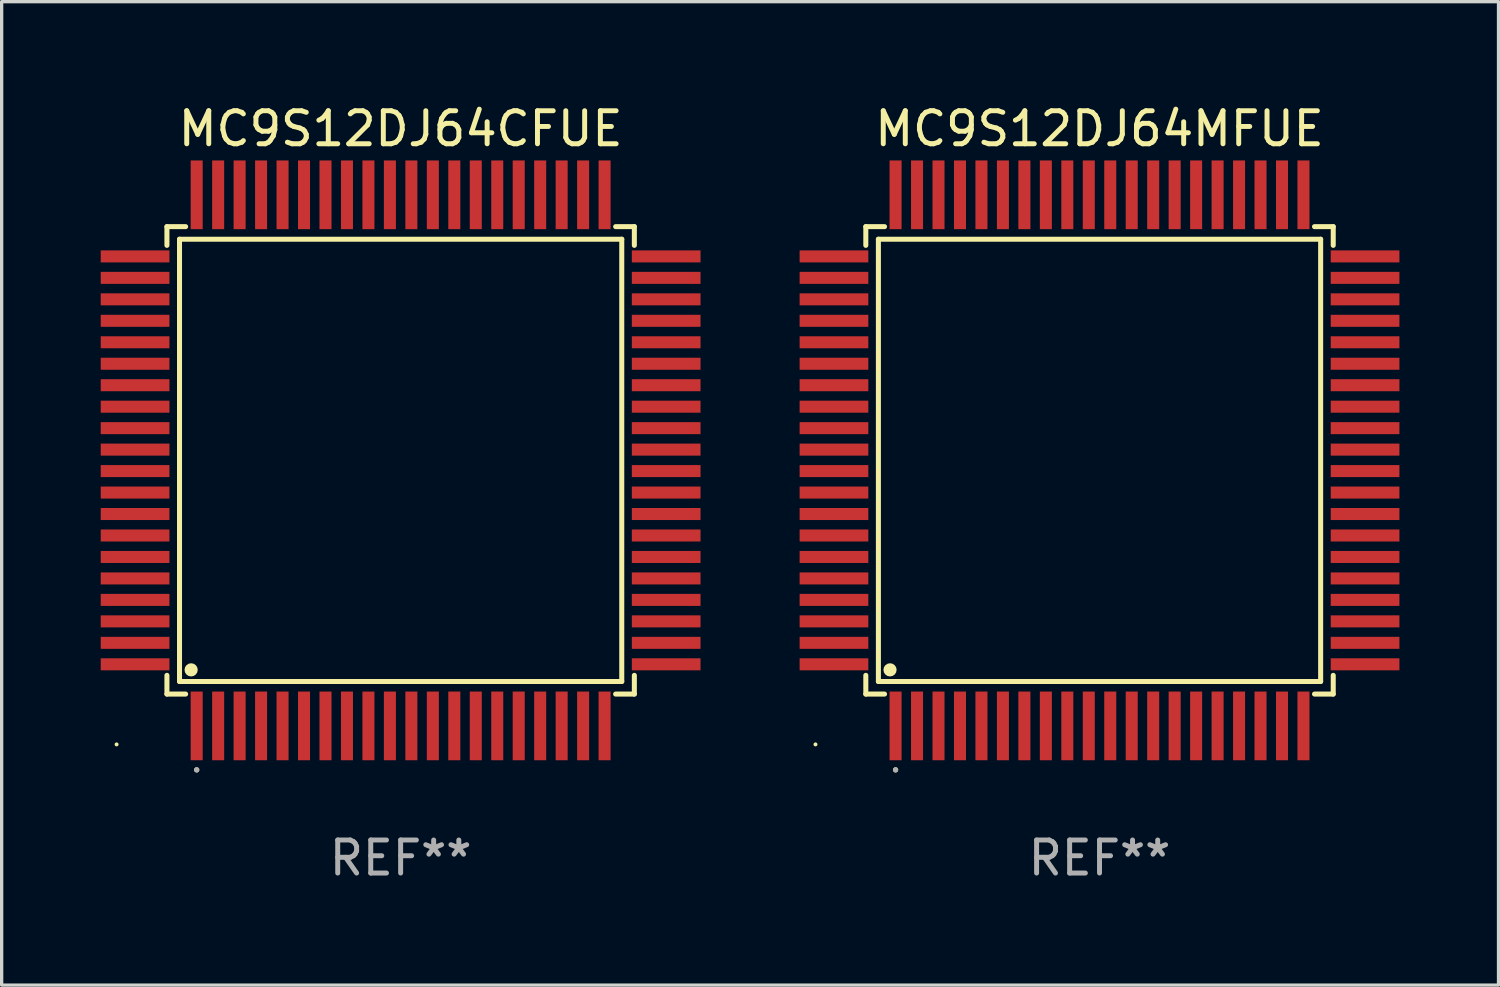
<source format=kicad_pcb>
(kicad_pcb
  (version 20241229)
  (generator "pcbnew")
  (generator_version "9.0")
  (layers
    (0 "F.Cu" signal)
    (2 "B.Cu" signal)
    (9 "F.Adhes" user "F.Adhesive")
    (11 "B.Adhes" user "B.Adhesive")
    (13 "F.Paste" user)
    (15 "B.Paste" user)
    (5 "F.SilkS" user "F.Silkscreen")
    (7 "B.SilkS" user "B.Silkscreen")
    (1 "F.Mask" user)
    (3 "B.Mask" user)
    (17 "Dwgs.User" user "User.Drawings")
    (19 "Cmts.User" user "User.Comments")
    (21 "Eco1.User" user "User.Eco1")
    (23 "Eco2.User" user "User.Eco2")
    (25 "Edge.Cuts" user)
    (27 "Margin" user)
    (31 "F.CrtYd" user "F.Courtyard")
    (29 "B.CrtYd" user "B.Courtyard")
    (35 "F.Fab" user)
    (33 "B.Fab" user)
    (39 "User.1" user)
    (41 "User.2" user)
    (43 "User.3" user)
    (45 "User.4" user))
  (footprint "MC9S12DJ64MFUE"
    (layer "F.Cu")
    (at 30.24 10.888)
    (property "Reference" "MC9S12DJ64MFUE" (at 0 -10.04 0) (layer "F.SilkS") (effects (font (size 1 1) (thickness 0.15))))
    (attr through_hole)
    (fp_line (start -7.076 -7.076) (end -7.076 -6.509) (stroke (width 0.152) (type solid)) (layer "F.SilkS"))
    (fp_line (start -7.076 7.076) (end -7.076 6.509) (stroke (width 0.152) (type solid)) (layer "F.SilkS"))
    (fp_line (start -6.695 -6.695) (end 6.695 -6.695) (stroke (width 0.152) (type solid)) (layer "F.SilkS"))
    (fp_line (start -6.695 6.695) (end -6.695 -6.695) (stroke (width 0.152) (type solid)) (layer "F.SilkS"))
    (fp_line (start -6.509 -7.076) (end -7.076 -7.076) (stroke (width 0.152) (type solid)) (layer "F.SilkS"))
    (fp_line (start -6.509 7.076) (end -7.076 7.076) (stroke (width 0.152) (type solid)) (layer "F.SilkS"))
    (fp_line (start 6.509 -7.076) (end 7.076 -7.076) (stroke (width 0.152) (type solid)) (layer "F.SilkS"))
    (fp_line (start 6.509 7.076) (end 7.076 7.076) (stroke (width 0.152) (type solid)) (layer "F.SilkS"))
    (fp_line (start 6.695 -6.695) (end 6.695 6.695) (stroke (width 0.152) (type solid)) (layer "F.SilkS"))
    (fp_line (start 6.695 6.695) (end -6.695 6.695) (stroke (width 0.152) (type solid)) (layer "F.SilkS"))
    (fp_line (start 7.076 -7.076) (end 7.076 -6.509) (stroke (width 0.152) (type solid)) (layer "F.SilkS"))
    (fp_line (start 7.076 7.076) (end 7.076 6.509) (stroke (width 0.152) (type solid)) (layer "F.SilkS"))
    (fp_circle (center -8.6 8.6) (end -8.57 8.6) (stroke (width 0.06) (type solid)) (fill no) (layer "F.SilkS"))
    (fp_circle (center -6.343 6.343) (end -6.243 6.343) (stroke (width 0.2) (type solid)) (fill no) (layer "F.SilkS"))
    (fp_circle (center -6.175 9.371) (end -6.135 9.371) (stroke (width 0.08) (type solid)) (fill no) (layer "F.SilkS"))
    (fp_circle (center -6.175 9.371) (end -6.135 9.371) (stroke (width 0.08) (type solid)) (fill no) (layer "F.Fab"))
    (fp_text user "REF**" (at 0 12.04 0) (layer "F.Fab") (effects (font (size 1 1) (thickness 0.15))))
    (pad "1" smd rect (at -6.175 8.04) (size 0.364 2.08) (layers "F.Cu" "F.Mask" "F.Paste"))
    (pad "2" smd rect (at -5.525 8.04) (size 0.364 2.08) (layers "F.Cu" "F.Mask" "F.Paste"))
    (pad "3" smd rect (at -4.875 8.04) (size 0.364 2.08) (layers "F.Cu" "F.Mask" "F.Paste"))
    (pad "4" smd rect (at -4.225 8.04) (size 0.364 2.08) (layers "F.Cu" "F.Mask" "F.Paste"))
    (pad "5" smd rect (at -3.575 8.04) (size 0.364 2.08) (layers "F.Cu" "F.Mask" "F.Paste"))
    (pad "6" smd rect (at -2.925 8.04) (size 0.364 2.08) (layers "F.Cu" "F.Mask" "F.Paste"))
    (pad "7" smd rect (at -2.275 8.04) (size 0.364 2.08) (layers "F.Cu" "F.Mask" "F.Paste"))
    (pad "8" smd rect (at -1.625 8.04) (size 0.364 2.08) (layers "F.Cu" "F.Mask" "F.Paste"))
    (pad "9" smd rect (at -0.975 8.04) (size 0.364 2.08) (layers "F.Cu" "F.Mask" "F.Paste"))
    (pad "10" smd rect (at -0.325 8.04) (size 0.364 2.08) (layers "F.Cu" "F.Mask" "F.Paste"))
    (pad "11" smd rect (at 0.325 8.04) (size 0.364 2.08) (layers "F.Cu" "F.Mask" "F.Paste"))
    (pad "12" smd rect (at 0.975 8.04) (size 0.364 2.08) (layers "F.Cu" "F.Mask" "F.Paste"))
    (pad "13" smd rect (at 1.625 8.04) (size 0.364 2.08) (layers "F.Cu" "F.Mask" "F.Paste"))
    (pad "14" smd rect (at 2.275 8.04) (size 0.364 2.08) (layers "F.Cu" "F.Mask" "F.Paste"))
    (pad "15" smd rect (at 2.925 8.04) (size 0.364 2.08) (layers "F.Cu" "F.Mask" "F.Paste"))
    (pad "16" smd rect (at 3.575 8.04) (size 0.364 2.08) (layers "F.Cu" "F.Mask" "F.Paste"))
    (pad "17" smd rect (at 4.225 8.04) (size 0.364 2.08) (layers "F.Cu" "F.Mask" "F.Paste"))
    (pad "18" smd rect (at 4.875 8.04) (size 0.364 2.08) (layers "F.Cu" "F.Mask" "F.Paste"))
    (pad "19" smd rect (at 5.525 8.04) (size 0.364 2.08) (layers "F.Cu" "F.Mask" "F.Paste"))
    (pad "20" smd rect (at 6.175 8.04) (size 0.364 2.08) (layers "F.Cu" "F.Mask" "F.Paste"))
    (pad "21" smd rect (at 8.04 6.175) (size 2.08 0.364) (layers "F.Cu" "F.Mask" "F.Paste"))
    (pad "22" smd rect (at 8.04 5.525) (size 2.08 0.364) (layers "F.Cu" "F.Mask" "F.Paste"))
    (pad "23" smd rect (at 8.04 4.875) (size 2.08 0.364) (layers "F.Cu" "F.Mask" "F.Paste"))
    (pad "24" smd rect (at 8.04 4.225) (size 2.08 0.364) (layers "F.Cu" "F.Mask" "F.Paste"))
    (pad "25" smd rect (at 8.04 3.575) (size 2.08 0.364) (layers "F.Cu" "F.Mask" "F.Paste"))
    (pad "26" smd rect (at 8.04 2.925) (size 2.08 0.364) (layers "F.Cu" "F.Mask" "F.Paste"))
    (pad "27" smd rect (at 8.04 2.275) (size 2.08 0.364) (layers "F.Cu" "F.Mask" "F.Paste"))
    (pad "28" smd rect (at 8.04 1.625) (size 2.08 0.364) (layers "F.Cu" "F.Mask" "F.Paste"))
    (pad "29" smd rect (at 8.04 0.975) (size 2.08 0.364) (layers "F.Cu" "F.Mask" "F.Paste"))
    (pad "30" smd rect (at 8.04 0.325) (size 2.08 0.364) (layers "F.Cu" "F.Mask" "F.Paste"))
    (pad "31" smd rect (at 8.04 -0.325) (size 2.08 0.364) (layers "F.Cu" "F.Mask" "F.Paste"))
    (pad "32" smd rect (at 8.04 -0.975) (size 2.08 0.364) (layers "F.Cu" "F.Mask" "F.Paste"))
    (pad "33" smd rect (at 8.04 -1.625) (size 2.08 0.364) (layers "F.Cu" "F.Mask" "F.Paste"))
    (pad "34" smd rect (at 8.04 -2.275) (size 2.08 0.364) (layers "F.Cu" "F.Mask" "F.Paste"))
    (pad "35" smd rect (at 8.04 -2.925) (size 2.08 0.364) (layers "F.Cu" "F.Mask" "F.Paste"))
    (pad "36" smd rect (at 8.04 -3.575) (size 2.08 0.364) (layers "F.Cu" "F.Mask" "F.Paste"))
    (pad "37" smd rect (at 8.04 -4.225) (size 2.08 0.364) (layers "F.Cu" "F.Mask" "F.Paste"))
    (pad "38" smd rect (at 8.04 -4.875) (size 2.08 0.364) (layers "F.Cu" "F.Mask" "F.Paste"))
    (pad "39" smd rect (at 8.04 -5.525) (size 2.08 0.364) (layers "F.Cu" "F.Mask" "F.Paste"))
    (pad "40" smd rect (at 8.04 -6.175) (size 2.08 0.364) (layers "F.Cu" "F.Mask" "F.Paste"))
    (pad "41" smd rect (at 6.175 -8.04) (size 0.364 2.08) (layers "F.Cu" "F.Mask" "F.Paste"))
    (pad "42" smd rect (at 5.525 -8.04) (size 0.364 2.08) (layers "F.Cu" "F.Mask" "F.Paste"))
    (pad "43" smd rect (at 4.875 -8.04) (size 0.364 2.08) (layers "F.Cu" "F.Mask" "F.Paste"))
    (pad "44" smd rect (at 4.225 -8.04) (size 0.364 2.08) (layers "F.Cu" "F.Mask" "F.Paste"))
    (pad "45" smd rect (at 3.575 -8.04) (size 0.364 2.08) (layers "F.Cu" "F.Mask" "F.Paste"))
    (pad "46" smd rect (at 2.925 -8.04) (size 0.364 2.08) (layers "F.Cu" "F.Mask" "F.Paste"))
    (pad "47" smd rect (at 2.275 -8.04) (size 0.364 2.08) (layers "F.Cu" "F.Mask" "F.Paste"))
    (pad "48" smd rect (at 1.625 -8.04) (size 0.364 2.08) (layers "F.Cu" "F.Mask" "F.Paste"))
    (pad "49" smd rect (at 0.975 -8.04) (size 0.364 2.08) (layers "F.Cu" "F.Mask" "F.Paste"))
    (pad "50" smd rect (at 0.325 -8.04) (size 0.364 2.08) (layers "F.Cu" "F.Mask" "F.Paste"))
    (pad "51" smd rect (at -0.325 -8.04) (size 0.364 2.08) (layers "F.Cu" "F.Mask" "F.Paste"))
    (pad "52" smd rect (at -0.975 -8.04) (size 0.364 2.08) (layers "F.Cu" "F.Mask" "F.Paste"))
    (pad "53" smd rect (at -1.625 -8.04) (size 0.364 2.08) (layers "F.Cu" "F.Mask" "F.Paste"))
    (pad "54" smd rect (at -2.275 -8.04) (size 0.364 2.08) (layers "F.Cu" "F.Mask" "F.Paste"))
    (pad "55" smd rect (at -2.925 -8.04) (size 0.364 2.08) (layers "F.Cu" "F.Mask" "F.Paste"))
    (pad "56" smd rect (at -3.575 -8.04) (size 0.364 2.08) (layers "F.Cu" "F.Mask" "F.Paste"))
    (pad "57" smd rect (at -4.225 -8.04) (size 0.364 2.08) (layers "F.Cu" "F.Mask" "F.Paste"))
    (pad "58" smd rect (at -4.875 -8.04) (size 0.364 2.08) (layers "F.Cu" "F.Mask" "F.Paste"))
    (pad "59" smd rect (at -5.525 -8.04) (size 0.364 2.08) (layers "F.Cu" "F.Mask" "F.Paste"))
    (pad "60" smd rect (at -6.175 -8.04) (size 0.364 2.08) (layers "F.Cu" "F.Mask" "F.Paste"))
    (pad "61" smd rect (at -8.04 -6.175) (size 2.08 0.364) (layers "F.Cu" "F.Mask" "F.Paste"))
    (pad "62" smd rect (at -8.04 -5.525) (size 2.08 0.364) (layers "F.Cu" "F.Mask" "F.Paste"))
    (pad "63" smd rect (at -8.04 -4.875) (size 2.08 0.364) (layers "F.Cu" "F.Mask" "F.Paste"))
    (pad "64" smd rect (at -8.04 -4.225) (size 2.08 0.364) (layers "F.Cu" "F.Mask" "F.Paste"))
    (pad "65" smd rect (at -8.04 -3.575) (size 2.08 0.364) (layers "F.Cu" "F.Mask" "F.Paste"))
    (pad "66" smd rect (at -8.04 -2.925) (size 2.08 0.364) (layers "F.Cu" "F.Mask" "F.Paste"))
    (pad "67" smd rect (at -8.04 -2.275) (size 2.08 0.364) (layers "F.Cu" "F.Mask" "F.Paste"))
    (pad "68" smd rect (at -8.04 -1.625) (size 2.08 0.364) (layers "F.Cu" "F.Mask" "F.Paste"))
    (pad "69" smd rect (at -8.04 -0.975) (size 2.08 0.364) (layers "F.Cu" "F.Mask" "F.Paste"))
    (pad "70" smd rect (at -8.04 -0.325) (size 2.08 0.364) (layers "F.Cu" "F.Mask" "F.Paste"))
    (pad "71" smd rect (at -8.04 0.325) (size 2.08 0.364) (layers "F.Cu" "F.Mask" "F.Paste"))
    (pad "72" smd rect (at -8.04 0.975) (size 2.08 0.364) (layers "F.Cu" "F.Mask" "F.Paste"))
    (pad "73" smd rect (at -8.04 1.625) (size 2.08 0.364) (layers "F.Cu" "F.Mask" "F.Paste"))
    (pad "74" smd rect (at -8.04 2.275) (size 2.08 0.364) (layers "F.Cu" "F.Mask" "F.Paste"))
    (pad "75" smd rect (at -8.04 2.925) (size 2.08 0.364) (layers "F.Cu" "F.Mask" "F.Paste"))
    (pad "76" smd rect (at -8.04 3.575) (size 2.08 0.364) (layers "F.Cu" "F.Mask" "F.Paste"))
    (pad "77" smd rect (at -8.04 4.225) (size 2.08 0.364) (layers "F.Cu" "F.Mask" "F.Paste"))
    (pad "78" smd rect (at -8.04 4.875) (size 2.08 0.364) (layers "F.Cu" "F.Mask" "F.Paste"))
    (pad "79" smd rect (at -8.04 5.525) (size 2.08 0.364) (layers "F.Cu" "F.Mask" "F.Paste"))
    (pad "80" smd rect (at -8.04 6.175) (size 2.08 0.364) (layers "F.Cu" "F.Mask" "F.Paste")))
  (footprint "MC9S12DJ64CFUE"
    (layer "F.Cu")
    (at 9.08 10.888)
    (property "Reference" "MC9S12DJ64CFUE" (at 0 -10.04 0) (layer "F.SilkS") (effects (font (size 1 1) (thickness 0.15))))
    (attr through_hole)
    (fp_line (start -7.076 -7.076) (end -7.076 -6.509) (stroke (width 0.152) (type solid)) (layer "F.SilkS"))
    (fp_line (start -7.076 7.076) (end -7.076 6.509) (stroke (width 0.152) (type solid)) (layer "F.SilkS"))
    (fp_line (start -6.695 -6.695) (end 6.695 -6.695) (stroke (width 0.152) (type solid)) (layer "F.SilkS"))
    (fp_line (start -6.695 6.695) (end -6.695 -6.695) (stroke (width 0.152) (type solid)) (layer "F.SilkS"))
    (fp_line (start -6.509 -7.076) (end -7.076 -7.076) (stroke (width 0.152) (type solid)) (layer "F.SilkS"))
    (fp_line (start -6.509 7.076) (end -7.076 7.076) (stroke (width 0.152) (type solid)) (layer "F.SilkS"))
    (fp_line (start 6.509 -7.076) (end 7.076 -7.076) (stroke (width 0.152) (type solid)) (layer "F.SilkS"))
    (fp_line (start 6.509 7.076) (end 7.076 7.076) (stroke (width 0.152) (type solid)) (layer "F.SilkS"))
    (fp_line (start 6.695 -6.695) (end 6.695 6.695) (stroke (width 0.152) (type solid)) (layer "F.SilkS"))
    (fp_line (start 6.695 6.695) (end -6.695 6.695) (stroke (width 0.152) (type solid)) (layer "F.SilkS"))
    (fp_line (start 7.076 -7.076) (end 7.076 -6.509) (stroke (width 0.152) (type solid)) (layer "F.SilkS"))
    (fp_line (start 7.076 7.076) (end 7.076 6.509) (stroke (width 0.152) (type solid)) (layer "F.SilkS"))
    (fp_circle (center -8.6 8.6) (end -8.57 8.6) (stroke (width 0.06) (type solid)) (fill no) (layer "F.SilkS"))
    (fp_circle (center -6.343 6.343) (end -6.243 6.343) (stroke (width 0.2) (type solid)) (fill no) (layer "F.SilkS"))
    (fp_circle (center -6.175 9.371) (end -6.135 9.371) (stroke (width 0.08) (type solid)) (fill no) (layer "F.SilkS"))
    (fp_circle (center -6.175 9.371) (end -6.135 9.371) (stroke (width 0.08) (type solid)) (fill no) (layer "F.Fab"))
    (fp_text user "REF**" (at 0 12.04 0) (layer "F.Fab") (effects (font (size 1 1) (thickness 0.15))))
    (pad "1" smd rect (at -6.175 8.04) (size 0.364 2.08) (layers "F.Cu" "F.Mask" "F.Paste"))
    (pad "2" smd rect (at -5.525 8.04) (size 0.364 2.08) (layers "F.Cu" "F.Mask" "F.Paste"))
    (pad "3" smd rect (at -4.875 8.04) (size 0.364 2.08) (layers "F.Cu" "F.Mask" "F.Paste"))
    (pad "4" smd rect (at -4.225 8.04) (size 0.364 2.08) (layers "F.Cu" "F.Mask" "F.Paste"))
    (pad "5" smd rect (at -3.575 8.04) (size 0.364 2.08) (layers "F.Cu" "F.Mask" "F.Paste"))
    (pad "6" smd rect (at -2.925 8.04) (size 0.364 2.08) (layers "F.Cu" "F.Mask" "F.Paste"))
    (pad "7" smd rect (at -2.275 8.04) (size 0.364 2.08) (layers "F.Cu" "F.Mask" "F.Paste"))
    (pad "8" smd rect (at -1.625 8.04) (size 0.364 2.08) (layers "F.Cu" "F.Mask" "F.Paste"))
    (pad "9" smd rect (at -0.975 8.04) (size 0.364 2.08) (layers "F.Cu" "F.Mask" "F.Paste"))
    (pad "10" smd rect (at -0.325 8.04) (size 0.364 2.08) (layers "F.Cu" "F.Mask" "F.Paste"))
    (pad "11" smd rect (at 0.325 8.04) (size 0.364 2.08) (layers "F.Cu" "F.Mask" "F.Paste"))
    (pad "12" smd rect (at 0.975 8.04) (size 0.364 2.08) (layers "F.Cu" "F.Mask" "F.Paste"))
    (pad "13" smd rect (at 1.625 8.04) (size 0.364 2.08) (layers "F.Cu" "F.Mask" "F.Paste"))
    (pad "14" smd rect (at 2.275 8.04) (size 0.364 2.08) (layers "F.Cu" "F.Mask" "F.Paste"))
    (pad "15" smd rect (at 2.925 8.04) (size 0.364 2.08) (layers "F.Cu" "F.Mask" "F.Paste"))
    (pad "16" smd rect (at 3.575 8.04) (size 0.364 2.08) (layers "F.Cu" "F.Mask" "F.Paste"))
    (pad "17" smd rect (at 4.225 8.04) (size 0.364 2.08) (layers "F.Cu" "F.Mask" "F.Paste"))
    (pad "18" smd rect (at 4.875 8.04) (size 0.364 2.08) (layers "F.Cu" "F.Mask" "F.Paste"))
    (pad "19" smd rect (at 5.525 8.04) (size 0.364 2.08) (layers "F.Cu" "F.Mask" "F.Paste"))
    (pad "20" smd rect (at 6.175 8.04) (size 0.364 2.08) (layers "F.Cu" "F.Mask" "F.Paste"))
    (pad "21" smd rect (at 8.04 6.175) (size 2.08 0.364) (layers "F.Cu" "F.Mask" "F.Paste"))
    (pad "22" smd rect (at 8.04 5.525) (size 2.08 0.364) (layers "F.Cu" "F.Mask" "F.Paste"))
    (pad "23" smd rect (at 8.04 4.875) (size 2.08 0.364) (layers "F.Cu" "F.Mask" "F.Paste"))
    (pad "24" smd rect (at 8.04 4.225) (size 2.08 0.364) (layers "F.Cu" "F.Mask" "F.Paste"))
    (pad "25" smd rect (at 8.04 3.575) (size 2.08 0.364) (layers "F.Cu" "F.Mask" "F.Paste"))
    (pad "26" smd rect (at 8.04 2.925) (size 2.08 0.364) (layers "F.Cu" "F.Mask" "F.Paste"))
    (pad "27" smd rect (at 8.04 2.275) (size 2.08 0.364) (layers "F.Cu" "F.Mask" "F.Paste"))
    (pad "28" smd rect (at 8.04 1.625) (size 2.08 0.364) (layers "F.Cu" "F.Mask" "F.Paste"))
    (pad "29" smd rect (at 8.04 0.975) (size 2.08 0.364) (layers "F.Cu" "F.Mask" "F.Paste"))
    (pad "30" smd rect (at 8.04 0.325) (size 2.08 0.364) (layers "F.Cu" "F.Mask" "F.Paste"))
    (pad "31" smd rect (at 8.04 -0.325) (size 2.08 0.364) (layers "F.Cu" "F.Mask" "F.Paste"))
    (pad "32" smd rect (at 8.04 -0.975) (size 2.08 0.364) (layers "F.Cu" "F.Mask" "F.Paste"))
    (pad "33" smd rect (at 8.04 -1.625) (size 2.08 0.364) (layers "F.Cu" "F.Mask" "F.Paste"))
    (pad "34" smd rect (at 8.04 -2.275) (size 2.08 0.364) (layers "F.Cu" "F.Mask" "F.Paste"))
    (pad "35" smd rect (at 8.04 -2.925) (size 2.08 0.364) (layers "F.Cu" "F.Mask" "F.Paste"))
    (pad "36" smd rect (at 8.04 -3.575) (size 2.08 0.364) (layers "F.Cu" "F.Mask" "F.Paste"))
    (pad "37" smd rect (at 8.04 -4.225) (size 2.08 0.364) (layers "F.Cu" "F.Mask" "F.Paste"))
    (pad "38" smd rect (at 8.04 -4.875) (size 2.08 0.364) (layers "F.Cu" "F.Mask" "F.Paste"))
    (pad "39" smd rect (at 8.04 -5.525) (size 2.08 0.364) (layers "F.Cu" "F.Mask" "F.Paste"))
    (pad "40" smd rect (at 8.04 -6.175) (size 2.08 0.364) (layers "F.Cu" "F.Mask" "F.Paste"))
    (pad "41" smd rect (at 6.175 -8.04) (size 0.364 2.08) (layers "F.Cu" "F.Mask" "F.Paste"))
    (pad "42" smd rect (at 5.525 -8.04) (size 0.364 2.08) (layers "F.Cu" "F.Mask" "F.Paste"))
    (pad "43" smd rect (at 4.875 -8.04) (size 0.364 2.08) (layers "F.Cu" "F.Mask" "F.Paste"))
    (pad "44" smd rect (at 4.225 -8.04) (size 0.364 2.08) (layers "F.Cu" "F.Mask" "F.Paste"))
    (pad "45" smd rect (at 3.575 -8.04) (size 0.364 2.08) (layers "F.Cu" "F.Mask" "F.Paste"))
    (pad "46" smd rect (at 2.925 -8.04) (size 0.364 2.08) (layers "F.Cu" "F.Mask" "F.Paste"))
    (pad "47" smd rect (at 2.275 -8.04) (size 0.364 2.08) (layers "F.Cu" "F.Mask" "F.Paste"))
    (pad "48" smd rect (at 1.625 -8.04) (size 0.364 2.08) (layers "F.Cu" "F.Mask" "F.Paste"))
    (pad "49" smd rect (at 0.975 -8.04) (size 0.364 2.08) (layers "F.Cu" "F.Mask" "F.Paste"))
    (pad "50" smd rect (at 0.325 -8.04) (size 0.364 2.08) (layers "F.Cu" "F.Mask" "F.Paste"))
    (pad "51" smd rect (at -0.325 -8.04) (size 0.364 2.08) (layers "F.Cu" "F.Mask" "F.Paste"))
    (pad "52" smd rect (at -0.975 -8.04) (size 0.364 2.08) (layers "F.Cu" "F.Mask" "F.Paste"))
    (pad "53" smd rect (at -1.625 -8.04) (size 0.364 2.08) (layers "F.Cu" "F.Mask" "F.Paste"))
    (pad "54" smd rect (at -2.275 -8.04) (size 0.364 2.08) (layers "F.Cu" "F.Mask" "F.Paste"))
    (pad "55" smd rect (at -2.925 -8.04) (size 0.364 2.08) (layers "F.Cu" "F.Mask" "F.Paste"))
    (pad "56" smd rect (at -3.575 -8.04) (size 0.364 2.08) (layers "F.Cu" "F.Mask" "F.Paste"))
    (pad "57" smd rect (at -4.225 -8.04) (size 0.364 2.08) (layers "F.Cu" "F.Mask" "F.Paste"))
    (pad "58" smd rect (at -4.875 -8.04) (size 0.364 2.08) (layers "F.Cu" "F.Mask" "F.Paste"))
    (pad "59" smd rect (at -5.525 -8.04) (size 0.364 2.08) (layers "F.Cu" "F.Mask" "F.Paste"))
    (pad "60" smd rect (at -6.175 -8.04) (size 0.364 2.08) (layers "F.Cu" "F.Mask" "F.Paste"))
    (pad "61" smd rect (at -8.04 -6.175) (size 2.08 0.364) (layers "F.Cu" "F.Mask" "F.Paste"))
    (pad "62" smd rect (at -8.04 -5.525) (size 2.08 0.364) (layers "F.Cu" "F.Mask" "F.Paste"))
    (pad "63" smd rect (at -8.04 -4.875) (size 2.08 0.364) (layers "F.Cu" "F.Mask" "F.Paste"))
    (pad "64" smd rect (at -8.04 -4.225) (size 2.08 0.364) (layers "F.Cu" "F.Mask" "F.Paste"))
    (pad "65" smd rect (at -8.04 -3.575) (size 2.08 0.364) (layers "F.Cu" "F.Mask" "F.Paste"))
    (pad "66" smd rect (at -8.04 -2.925) (size 2.08 0.364) (layers "F.Cu" "F.Mask" "F.Paste"))
    (pad "67" smd rect (at -8.04 -2.275) (size 2.08 0.364) (layers "F.Cu" "F.Mask" "F.Paste"))
    (pad "68" smd rect (at -8.04 -1.625) (size 2.08 0.364) (layers "F.Cu" "F.Mask" "F.Paste"))
    (pad "69" smd rect (at -8.04 -0.975) (size 2.08 0.364) (layers "F.Cu" "F.Mask" "F.Paste"))
    (pad "70" smd rect (at -8.04 -0.325) (size 2.08 0.364) (layers "F.Cu" "F.Mask" "F.Paste"))
    (pad "71" smd rect (at -8.04 0.325) (size 2.08 0.364) (layers "F.Cu" "F.Mask" "F.Paste"))
    (pad "72" smd rect (at -8.04 0.975) (size 2.08 0.364) (layers "F.Cu" "F.Mask" "F.Paste"))
    (pad "73" smd rect (at -8.04 1.625) (size 2.08 0.364) (layers "F.Cu" "F.Mask" "F.Paste"))
    (pad "74" smd rect (at -8.04 2.275) (size 2.08 0.364) (layers "F.Cu" "F.Mask" "F.Paste"))
    (pad "75" smd rect (at -8.04 2.925) (size 2.08 0.364) (layers "F.Cu" "F.Mask" "F.Paste"))
    (pad "76" smd rect (at -8.04 3.575) (size 2.08 0.364) (layers "F.Cu" "F.Mask" "F.Paste"))
    (pad "77" smd rect (at -8.04 4.225) (size 2.08 0.364) (layers "F.Cu" "F.Mask" "F.Paste"))
    (pad "78" smd rect (at -8.04 4.875) (size 2.08 0.364) (layers "F.Cu" "F.Mask" "F.Paste"))
    (pad "79" smd rect (at -8.04 5.525) (size 2.08 0.364) (layers "F.Cu" "F.Mask" "F.Paste"))
    (pad "80" smd rect (at -8.04 6.175) (size 2.08 0.364) (layers "F.Cu" "F.Mask" "F.Paste")))
  (gr_rect
    (start -3 -3)
    (end 42.32 26.776)
    (stroke (width 0.1) (type default))
    (fill no)
    (layer "Edge.Cuts")))
</source>
